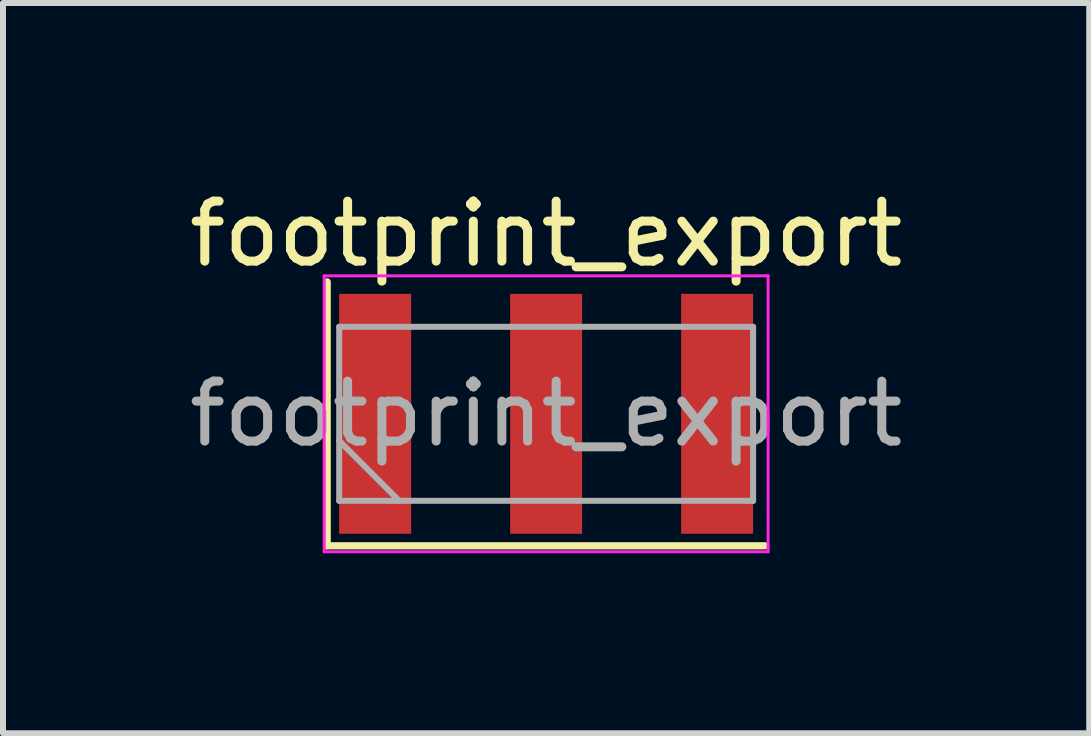
<source format=kicad_pcb>
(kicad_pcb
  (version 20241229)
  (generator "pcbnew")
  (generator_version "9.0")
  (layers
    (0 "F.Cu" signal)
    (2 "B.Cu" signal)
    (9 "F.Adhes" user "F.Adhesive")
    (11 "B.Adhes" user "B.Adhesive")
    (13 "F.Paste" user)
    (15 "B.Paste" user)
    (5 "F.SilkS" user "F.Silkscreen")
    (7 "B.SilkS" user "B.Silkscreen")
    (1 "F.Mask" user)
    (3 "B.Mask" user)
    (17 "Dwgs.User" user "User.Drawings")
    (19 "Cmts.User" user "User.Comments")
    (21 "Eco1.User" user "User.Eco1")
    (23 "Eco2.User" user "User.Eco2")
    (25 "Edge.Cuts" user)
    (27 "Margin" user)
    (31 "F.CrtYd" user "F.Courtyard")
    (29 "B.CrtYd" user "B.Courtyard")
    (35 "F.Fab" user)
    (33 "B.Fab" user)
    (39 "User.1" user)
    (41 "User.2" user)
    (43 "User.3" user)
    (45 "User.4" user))
  (footprint "footprint_export"
    (layer "F.Cu")
    (at 6.054 3.848)
    (property "Reference" "footprint_export" (at 0 -3 0) (layer "F.SilkS") (effects (font (size 1 1) (thickness 0.15))))
    (attr smd)
    (fp_line (start -3.65 -2.2) (end -3.65 2.2) (stroke (width 0.12) (type solid)) (layer "F.SilkS"))
    (fp_line (start -3.65 2.2) (end 3.65 2.2) (stroke (width 0.12) (type solid)) (layer "F.SilkS"))
    (fp_line (start -3.7 -2.3) (end -3.7 2.3) (stroke (width 0.05) (type solid)) (layer "F.CrtYd"))
    (fp_line (start -3.7 2.3) (end 3.7 2.3) (stroke (width 0.05) (type solid)) (layer "F.CrtYd"))
    (fp_line (start 3.7 -2.3) (end -3.7 -2.3) (stroke (width 0.05) (type solid)) (layer "F.CrtYd"))
    (fp_line (start 3.7 2.3) (end 3.7 -2.3) (stroke (width 0.05) (type solid)) (layer "F.CrtYd"))
    (fp_line (start -3.45 -1.45) (end -3.45 1.45) (stroke (width 0.1) (type solid)) (layer "F.Fab"))
    (fp_line (start -3.45 0.45) (end -2.45 1.45) (stroke (width 0.1) (type solid)) (layer "F.Fab"))
    (fp_line (start -3.45 1.45) (end 3.45 1.45) (stroke (width 0.1) (type solid)) (layer "F.Fab"))
    (fp_line (start 3.45 -1.45) (end -3.45 -1.45) (stroke (width 0.1) (type solid)) (layer "F.Fab"))
    (fp_line (start 3.45 1.45) (end 3.45 -1.45) (stroke (width 0.1) (type solid)) (layer "F.Fab"))
    (fp_text user "${REFERENCE}" (at 0 0 0) (layer "F.Fab") (effects (font (size 1 1) (thickness 0.15))))
    (pad "1" smd rect (at -2.85 0) (size 1.2 4) (layers "F.Cu" "F.Mask" "F.Paste"))
    (pad "2" smd rect (at 0 0) (size 1.2 4) (layers "F.Cu" "F.Mask" "F.Paste"))
    (pad "3" smd rect (at 2.85 0) (size 1.2 4) (layers "F.Cu" "F.Mask" "F.Paste")))
  (gr_rect
    (start -3 -3)
    (end 15.107 9.173)
    (stroke (width 0.1) (type default))
    (fill no)
    (layer "Edge.Cuts")))
</source>
